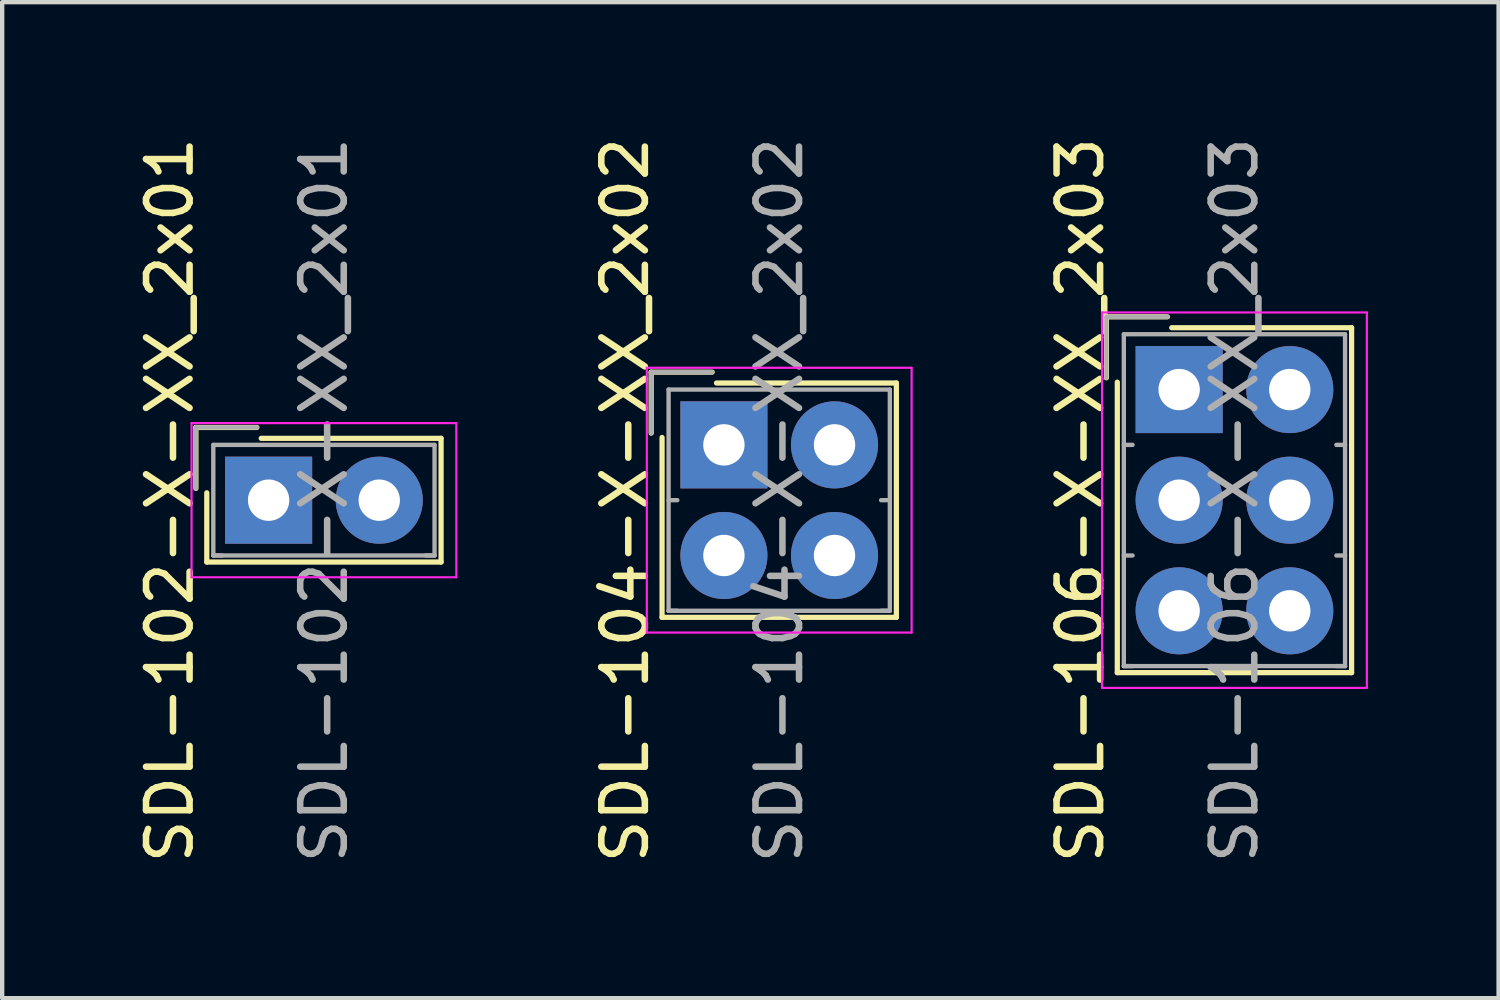
<source format=kicad_pcb>
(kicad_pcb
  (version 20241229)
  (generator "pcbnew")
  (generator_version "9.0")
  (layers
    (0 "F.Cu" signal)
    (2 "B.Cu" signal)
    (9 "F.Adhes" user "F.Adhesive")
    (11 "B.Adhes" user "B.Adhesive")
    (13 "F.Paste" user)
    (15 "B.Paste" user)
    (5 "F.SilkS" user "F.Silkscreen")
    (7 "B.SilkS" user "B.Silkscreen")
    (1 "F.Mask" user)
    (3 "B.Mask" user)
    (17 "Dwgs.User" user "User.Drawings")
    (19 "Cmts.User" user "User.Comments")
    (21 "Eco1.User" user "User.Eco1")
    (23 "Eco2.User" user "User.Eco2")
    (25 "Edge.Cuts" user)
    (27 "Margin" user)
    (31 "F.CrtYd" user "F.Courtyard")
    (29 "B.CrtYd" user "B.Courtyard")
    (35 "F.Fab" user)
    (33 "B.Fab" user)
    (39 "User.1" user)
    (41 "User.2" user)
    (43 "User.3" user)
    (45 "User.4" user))
  (footprint "SDL-104-X-XX_2x02"
    (layer "F.Cu")
    (at 13.572 7.165)
    (property "Reference" "SDL-104-X-XX_2x02" (at -2.27 1.27 90) (layer "F.SilkS") (effects (font (size 1 1) (thickness 0.15))))
    (attr through_hole)
    (fp_line (start -1.67 -1.67) (end -1.67 -0.27) (stroke (width 0.12) (type solid)) (layer "F.SilkS"))
    (fp_line (start -1.42 3.96) (end -1.42 -0.17) (stroke (width 0.12) (type solid)) (layer "F.SilkS"))
    (fp_line (start -0.27 -1.67) (end -1.67 -1.67) (stroke (width 0.12) (type solid)) (layer "F.SilkS"))
    (fp_line (start -0.17 -1.42) (end 3.96 -1.42) (stroke (width 0.12) (type solid)) (layer "F.SilkS"))
    (fp_line (start 3.96 -1.42) (end 3.96 3.96) (stroke (width 0.12) (type solid)) (layer "F.SilkS"))
    (fp_line (start 3.96 3.96) (end -1.42 3.96) (stroke (width 0.12) (type solid)) (layer "F.SilkS"))
    (fp_line (start -1.77 -1.77) (end -1.77 4.31) (stroke (width 0.05) (type solid)) (layer "F.CrtYd"))
    (fp_line (start -1.77 4.31) (end 4.31 4.31) (stroke (width 0.05) (type solid)) (layer "F.CrtYd"))
    (fp_line (start 4.31 -1.77) (end -1.77 -1.77) (stroke (width 0.05) (type solid)) (layer "F.CrtYd"))
    (fp_line (start 4.31 4.31) (end 4.31 -1.77) (stroke (width 0.05) (type solid)) (layer "F.CrtYd"))
    (fp_line (start -1.67 -1.67) (end -1.67 -0.27) (stroke (width 0.1) (type solid)) (layer "F.Fab"))
    (fp_line (start -1.27 -1.27) (end -1.27 3.81) (stroke (width 0.1) (type solid)) (layer "F.Fab"))
    (fp_line (start -1.27 1.27) (end -1.07 1.27) (stroke (width 0.1) (type solid)) (layer "F.Fab"))
    (fp_line (start -1.27 3.81) (end -1.07 3.81) (stroke (width 0.1) (type solid)) (layer "F.Fab"))
    (fp_line (start -1.27 3.81) (end 3.81 3.81) (stroke (width 0.1) (type solid)) (layer "F.Fab"))
    (fp_line (start -0.27 -1.67) (end -1.67 -1.67) (stroke (width 0.1) (type solid)) (layer "F.Fab"))
    (fp_line (start 3.81 -1.27) (end -1.27 -1.27) (stroke (width 0.1) (type solid)) (layer "F.Fab"))
    (fp_line (start 3.81 1.27) (end 3.61 1.27) (stroke (width 0.1) (type solid)) (layer "F.Fab"))
    (fp_line (start 3.81 3.81) (end 3.61 3.81) (stroke (width 0.1) (type solid)) (layer "F.Fab"))
    (fp_line (start 3.81 3.81) (end 3.81 -1.27) (stroke (width 0.1) (type solid)) (layer "F.Fab"))
    (fp_text user "${REFERENCE}" (at 1.27 1.27 90) (layer "F.Fab") (effects (font (size 1 1) (thickness 0.15))))
    (pad "1" thru_hole rect (at 0 0) (size 2 2) (drill 0.95) (layers "*.Cu" "*.Mask"))
    (pad "2" thru_hole circle (at 2.54 0) (size 2 2) (drill 0.95) (layers "*.Cu" "*.Mask"))
    (pad "3" thru_hole circle (at 0 2.54) (size 2 2) (drill 0.95) (layers "*.Cu" "*.Mask"))
    (pad "4" thru_hole circle (at 2.54 2.54) (size 2 2) (drill 0.95) (layers "*.Cu" "*.Mask")))
  (footprint "SDL-102-X-XX_2x01"
    (layer "F.Cu")
    (at 3.118 8.435)
    (property "Reference" "SDL-102-X-XX_2x01" (at -2.27 0 90) (layer "F.SilkS") (effects (font (size 1 1) (thickness 0.15))))
    (attr through_hole)
    (fp_line (start -1.67 -1.67) (end -1.67 -0.27) (stroke (width 0.12) (type solid)) (layer "F.SilkS"))
    (fp_line (start -1.42 1.42) (end -1.42 -0.17) (stroke (width 0.12) (type solid)) (layer "F.SilkS"))
    (fp_line (start -0.27 -1.67) (end -1.67 -1.67) (stroke (width 0.12) (type solid)) (layer "F.SilkS"))
    (fp_line (start -0.17 -1.42) (end 3.96 -1.42) (stroke (width 0.12) (type solid)) (layer "F.SilkS"))
    (fp_line (start 3.96 -1.42) (end 3.96 1.42) (stroke (width 0.12) (type solid)) (layer "F.SilkS"))
    (fp_line (start 3.96 1.42) (end -1.42 1.42) (stroke (width 0.12) (type solid)) (layer "F.SilkS"))
    (fp_line (start -1.77 -1.77) (end -1.77 1.77) (stroke (width 0.05) (type solid)) (layer "F.CrtYd"))
    (fp_line (start -1.77 1.77) (end 4.31 1.77) (stroke (width 0.05) (type solid)) (layer "F.CrtYd"))
    (fp_line (start 4.31 -1.77) (end -1.77 -1.77) (stroke (width 0.05) (type solid)) (layer "F.CrtYd"))
    (fp_line (start 4.31 1.77) (end 4.31 -1.77) (stroke (width 0.05) (type solid)) (layer "F.CrtYd"))
    (fp_line (start -1.67 -1.67) (end -1.67 -0.27) (stroke (width 0.1) (type solid)) (layer "F.Fab"))
    (fp_line (start -1.27 -1.27) (end -1.27 1.27) (stroke (width 0.1) (type solid)) (layer "F.Fab"))
    (fp_line (start -1.27 1.27) (end -1.07 1.27) (stroke (width 0.1) (type solid)) (layer "F.Fab"))
    (fp_line (start -1.27 1.27) (end 3.81 1.27) (stroke (width 0.1) (type solid)) (layer "F.Fab"))
    (fp_line (start -0.27 -1.67) (end -1.67 -1.67) (stroke (width 0.1) (type solid)) (layer "F.Fab"))
    (fp_line (start 3.81 -1.27) (end -1.27 -1.27) (stroke (width 0.1) (type solid)) (layer "F.Fab"))
    (fp_line (start 3.81 1.27) (end 3.61 1.27) (stroke (width 0.1) (type solid)) (layer "F.Fab"))
    (fp_line (start 3.81 1.27) (end 3.81 -1.27) (stroke (width 0.1) (type solid)) (layer "F.Fab"))
    (fp_text user "${REFERENCE}" (at 1.27 0 90) (layer "F.Fab") (effects (font (size 1 1) (thickness 0.15))))
    (pad "1" thru_hole rect (at 0 0) (size 2 2) (drill 0.95) (layers "*.Cu" "*.Mask"))
    (pad "2" thru_hole circle (at 2.54 0) (size 2 2) (drill 0.95) (layers "*.Cu" "*.Mask")))
  (footprint "SDL-106-X-XX_2x03"
    (layer "F.Cu")
    (at 24.025 5.895)
    (property "Reference" "SDL-106-X-XX_2x03" (at -2.27 2.54 90) (layer "F.SilkS") (effects (font (size 1 1) (thickness 0.15))))
    (attr through_hole)
    (fp_line (start -1.67 -1.67) (end -1.67 -0.27) (stroke (width 0.12) (type solid)) (layer "F.SilkS"))
    (fp_line (start -1.42 6.5) (end -1.42 -0.17) (stroke (width 0.12) (type solid)) (layer "F.SilkS"))
    (fp_line (start -0.27 -1.67) (end -1.67 -1.67) (stroke (width 0.12) (type solid)) (layer "F.SilkS"))
    (fp_line (start -0.17 -1.42) (end 3.96 -1.42) (stroke (width 0.12) (type solid)) (layer "F.SilkS"))
    (fp_line (start 3.96 -1.42) (end 3.96 6.5) (stroke (width 0.12) (type solid)) (layer "F.SilkS"))
    (fp_line (start 3.96 6.5) (end -1.42 6.5) (stroke (width 0.12) (type solid)) (layer "F.SilkS"))
    (fp_line (start -1.77 -1.77) (end -1.77 6.85) (stroke (width 0.05) (type solid)) (layer "F.CrtYd"))
    (fp_line (start -1.77 6.85) (end 4.31 6.85) (stroke (width 0.05) (type solid)) (layer "F.CrtYd"))
    (fp_line (start 4.31 -1.77) (end -1.77 -1.77) (stroke (width 0.05) (type solid)) (layer "F.CrtYd"))
    (fp_line (start 4.31 6.85) (end 4.31 -1.77) (stroke (width 0.05) (type solid)) (layer "F.CrtYd"))
    (fp_line (start -1.67 -1.67) (end -1.67 -0.27) (stroke (width 0.1) (type solid)) (layer "F.Fab"))
    (fp_line (start -1.27 -1.27) (end -1.27 6.35) (stroke (width 0.1) (type solid)) (layer "F.Fab"))
    (fp_line (start -1.27 1.27) (end -1.07 1.27) (stroke (width 0.1) (type solid)) (layer "F.Fab"))
    (fp_line (start -1.27 3.81) (end -1.07 3.81) (stroke (width 0.1) (type solid)) (layer "F.Fab"))
    (fp_line (start -1.27 6.35) (end -1.07 6.35) (stroke (width 0.1) (type solid)) (layer "F.Fab"))
    (fp_line (start -1.27 6.35) (end 3.81 6.35) (stroke (width 0.1) (type solid)) (layer "F.Fab"))
    (fp_line (start -0.27 -1.67) (end -1.67 -1.67) (stroke (width 0.1) (type solid)) (layer "F.Fab"))
    (fp_line (start 3.81 -1.27) (end -1.27 -1.27) (stroke (width 0.1) (type solid)) (layer "F.Fab"))
    (fp_line (start 3.81 1.27) (end 3.61 1.27) (stroke (width 0.1) (type solid)) (layer "F.Fab"))
    (fp_line (start 3.81 3.81) (end 3.61 3.81) (stroke (width 0.1) (type solid)) (layer "F.Fab"))
    (fp_line (start 3.81 6.35) (end 3.61 6.35) (stroke (width 0.1) (type solid)) (layer "F.Fab"))
    (fp_line (start 3.81 6.35) (end 3.81 -1.27) (stroke (width 0.1) (type solid)) (layer "F.Fab"))
    (fp_text user "${REFERENCE}" (at 1.27 2.54 90) (layer "F.Fab") (effects (font (size 1 1) (thickness 0.15))))
    (pad "1" thru_hole rect (at 0 0) (size 2 2) (drill 0.95) (layers "*.Cu" "*.Mask"))
    (pad "2" thru_hole circle (at 2.54 0) (size 2 2) (drill 0.95) (layers "*.Cu" "*.Mask"))
    (pad "3" thru_hole circle (at 0 2.54) (size 2 2) (drill 0.95) (layers "*.Cu" "*.Mask"))
    (pad "4" thru_hole circle (at 2.54 2.54) (size 2 2) (drill 0.95) (layers "*.Cu" "*.Mask"))
    (pad "5" thru_hole circle (at 0 5.08) (size 2 2) (drill 0.95) (layers "*.Cu" "*.Mask"))
    (pad "6" thru_hole circle (at 2.54 5.08) (size 2 2) (drill 0.95) (layers "*.Cu" "*.Mask")))
  (gr_rect
    (start -3 -3)
    (end 31.36 19.869)
    (stroke (width 0.1) (type default))
    (fill no)
    (layer "Edge.Cuts")))
</source>
